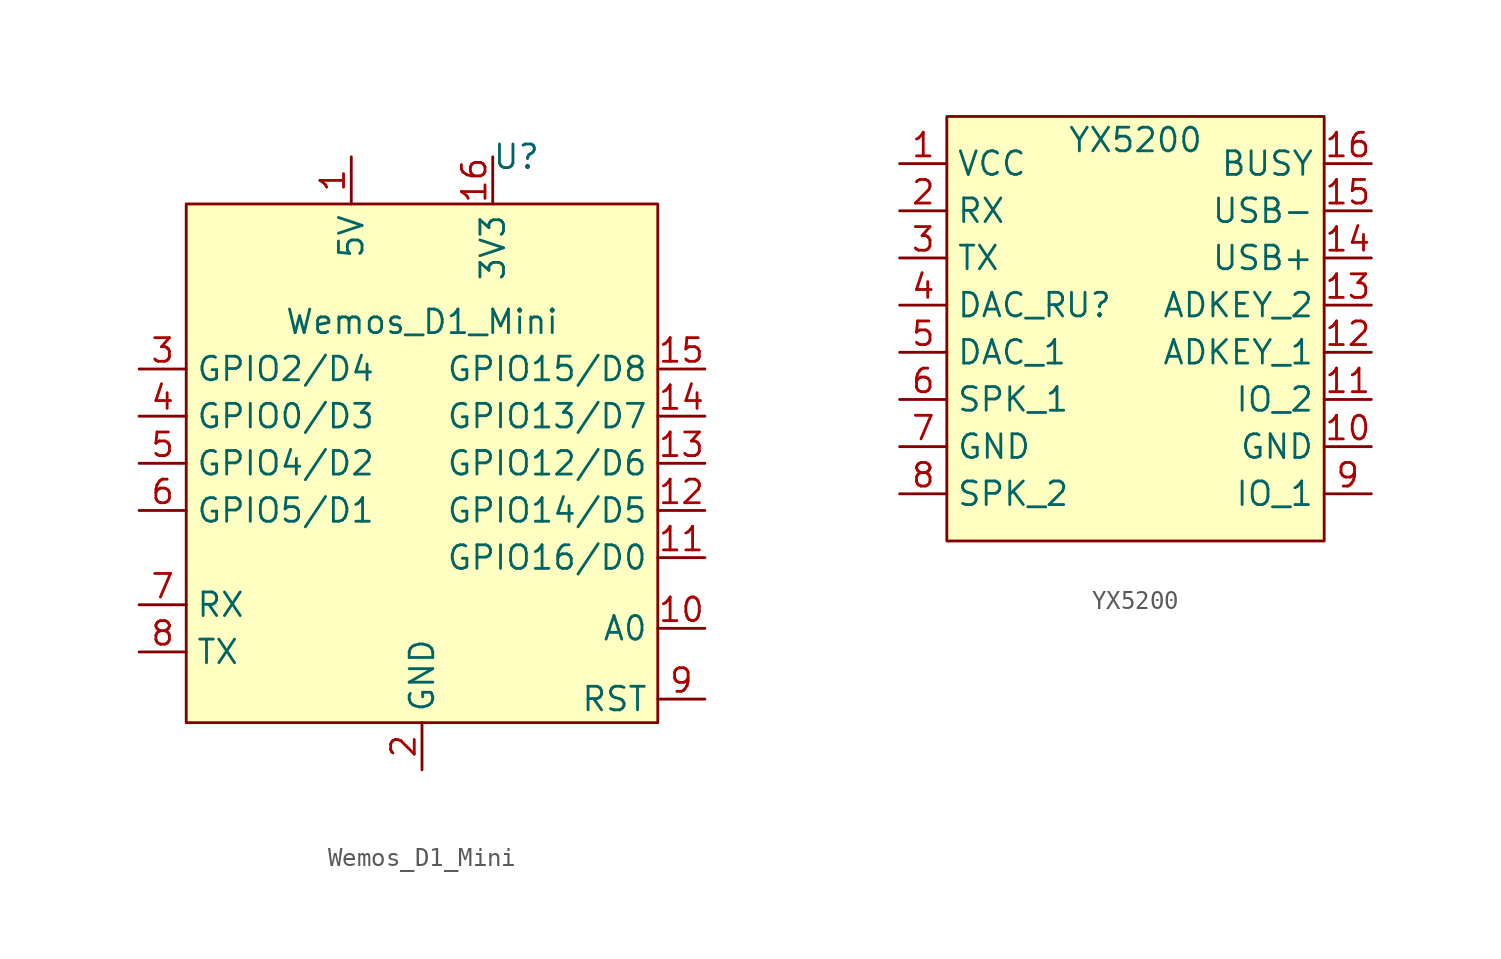
<source format=kicad_sym>
(kicad_symbol_lib
  (version 20220914)
  (generator kicad_symbol_editor)
  (symbol "Wemos_D1_Mini"
    (property "Reference" "U"
      (at 5.08 0 0)
      (effects (font (size 1.27 1.27))))
    (property "Value" "Wemos_D1_Mini"
      (at 0 -8.89 0)
      (effects (font (size 1.27 1.27))))
    (symbol "Wemos_D1_Mini_0_1"
      (rectangle (start -12.7 -2.54) (end 12.7 -30.48) (stroke (width 0) (type default)) (fill (type background))))
    (symbol "Wemos_D1_Mini_1_1"
      (pin power_in line (at -3.81 0 270) (length 2.54) (name "5V" (effects (font (size 1.27 1.27)))) (number "1" (effects (font (size 1.27 1.27)))))
      (pin bidirectional line (at 15.24 -25.4 180) (length 2.54) (name "A0" (effects (font (size 1.27 1.27)))) (number "10" (effects (font (size 1.27 1.27)))))
      (pin bidirectional line (at 15.24 -21.59 180) (length 2.54) (name "GPIO16/D0" (effects (font (size 1.27 1.27)))) (number "11" (effects (font (size 1.27 1.27)))))
      (pin bidirectional line (at 15.24 -19.05 180) (length 2.54) (name "GPIO14/D5" (effects (font (size 1.27 1.27)))) (number "12" (effects (font (size 1.27 1.27)))))
      (pin bidirectional line (at 15.24 -16.51 180) (length 2.54) (name "GPIO12/D6" (effects (font (size 1.27 1.27)))) (number "13" (effects (font (size 1.27 1.27)))))
      (pin bidirectional line (at 15.24 -13.97 180) (length 2.54) (name "GPIO13/D7" (effects (font (size 1.27 1.27)))) (number "14" (effects (font (size 1.27 1.27)))))
      (pin bidirectional line (at 15.24 -11.43 180) (length 2.54) (name "GPIO15/D8" (effects (font (size 1.27 1.27)))) (number "15" (effects (font (size 1.27 1.27)))))
      (pin power_in line (at 3.81 0 270) (length 2.54) (name "3V3" (effects (font (size 1.27 1.27)))) (number "16" (effects (font (size 1.27 1.27)))))
      (pin power_in line (at 0 -33.02 90) (length 2.54) (name "GND" (effects (font (size 1.27 1.27)))) (number "2" (effects (font (size 1.27 1.27)))))
      (pin bidirectional line (at -15.24 -11.43 0) (length 2.54) (name "GPIO2/D4" (effects (font (size 1.27 1.27)))) (number "3" (effects (font (size 1.27 1.27)))))
      (pin bidirectional line (at -15.24 -13.97 0) (length 2.54) (name "GPIO0/D3" (effects (font (size 1.27 1.27)))) (number "4" (effects (font (size 1.27 1.27)))))
      (pin bidirectional line (at -15.24 -16.51 0) (length 2.54) (name "GPIO4/D2" (effects (font (size 1.27 1.27)))) (number "5" (effects (font (size 1.27 1.27)))))
      (pin bidirectional line (at -15.24 -19.05 0) (length 2.54) (name "GPIO5/D1" (effects (font (size 1.27 1.27)))) (number "6" (effects (font (size 1.27 1.27)))))
      (pin input line (at -15.24 -24.13 0) (length 2.54) (name "RX" (effects (font (size 1.27 1.27)))) (number "7" (effects (font (size 1.27 1.27)))))
      (pin output line (at -15.24 -26.67 0) (length 2.54) (name "TX" (effects (font (size 1.27 1.27)))) (number "8" (effects (font (size 1.27 1.27)))))
      (pin bidirectional line (at 15.24 -29.21 180) (length 2.54) (name "RST" (effects (font (size 1.27 1.27)))) (number "9" (effects (font (size 1.27 1.27)))))))
  (symbol "YX5200"
    (property "Reference" "U"
      (at 2.54 -5.08 0)
      (effects (font (size 1.27 1.27))))
    (property "Value" "YX5200"
      (at 5.08 3.81 0)
      (effects (font (size 1.27 1.27))))
    (symbol "YX5200_0_1"
      (rectangle (start -5.08 5.08) (end 15.24 -17.78) (stroke (width 0) (type default)) (fill (type background))))
    (symbol "YX5200_1_1"
      (pin power_in line (at -7.62 2.54 0) (length 2.54) (name "VCC" (effects (font (size 1.27 1.27)))) (number "1" (effects (font (size 1.27 1.27)))))
      (pin power_in line (at 17.78 -12.7 180) (length 2.54) (name "GND" (effects (font (size 1.27 1.27)))) (number "10" (effects (font (size 1.27 1.27)))))
      (pin input line (at 17.78 -10.16 180) (length 2.54) (name "IO_2" (effects (font (size 1.27 1.27)))) (number "11" (effects (font (size 1.27 1.27)))))
      (pin input line (at 17.78 -7.62 180) (length 2.54) (name "ADKEY_1" (effects (font (size 1.27 1.27)))) (number "12" (effects (font (size 1.27 1.27)))))
      (pin input line (at 17.78 -5.08 180) (length 2.54) (name "ADKEY_2" (effects (font (size 1.27 1.27)))) (number "13" (effects (font (size 1.27 1.27)))))
      (pin input line (at 17.78 -2.54 180) (length 2.54) (name "USB+" (effects (font (size 1.27 1.27)))) (number "14" (effects (font (size 1.27 1.27)))))
      (pin input line (at 17.78 0 180) (length 2.54) (name "USB-" (effects (font (size 1.27 1.27)))) (number "15" (effects (font (size 1.27 1.27)))))
      (pin output line (at 17.78 2.54 180) (length 2.54) (name "BUSY" (effects (font (size 1.27 1.27)))) (number "16" (effects (font (size 1.27 1.27)))))
      (pin input line (at -7.62 0 0) (length 2.54) (name "RX" (effects (font (size 1.27 1.27)))) (number "2" (effects (font (size 1.27 1.27)))))
      (pin output line (at -7.62 -2.54 0) (length 2.54) (name "TX" (effects (font (size 1.27 1.27)))) (number "3" (effects (font (size 1.27 1.27)))))
      (pin output line (at -7.62 -5.08 0) (length 2.54) (name "DAC_R" (effects (font (size 1.27 1.27)))) (number "4" (effects (font (size 1.27 1.27)))))
      (pin output line (at -7.62 -7.62 0) (length 2.54) (name "DAC_1" (effects (font (size 1.27 1.27)))) (number "5" (effects (font (size 1.27 1.27)))))
      (pin output line (at -7.62 -10.16 0) (length 2.54) (name "SPK_1" (effects (font (size 1.27 1.27)))) (number "6" (effects (font (size 1.27 1.27)))))
      (pin power_in line (at -7.62 -12.7 0) (length 2.54) (name "GND" (effects (font (size 1.27 1.27)))) (number "7" (effects (font (size 1.27 1.27)))))
      (pin output line (at -7.62 -15.24 0) (length 2.54) (name "SPK_2" (effects (font (size 1.27 1.27)))) (number "8" (effects (font (size 1.27 1.27)))))
      (pin input line (at 17.78 -15.24 180) (length 2.54) (name "IO_1" (effects (font (size 1.27 1.27)))) (number "9" (effects (font (size 1.27 1.27))))))))
</source>
